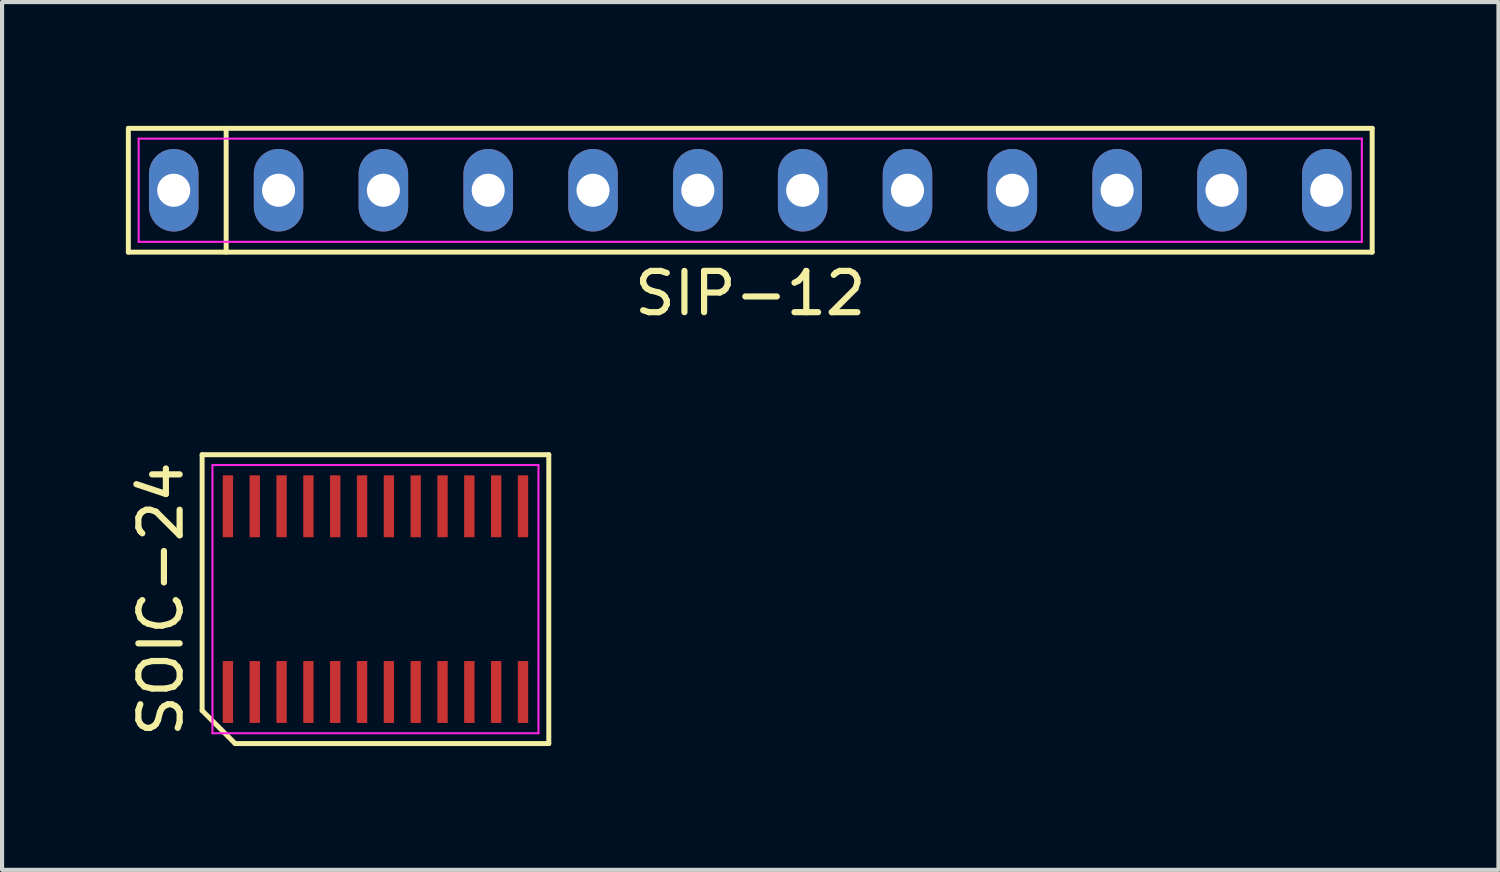
<source format=kicad_pcb>
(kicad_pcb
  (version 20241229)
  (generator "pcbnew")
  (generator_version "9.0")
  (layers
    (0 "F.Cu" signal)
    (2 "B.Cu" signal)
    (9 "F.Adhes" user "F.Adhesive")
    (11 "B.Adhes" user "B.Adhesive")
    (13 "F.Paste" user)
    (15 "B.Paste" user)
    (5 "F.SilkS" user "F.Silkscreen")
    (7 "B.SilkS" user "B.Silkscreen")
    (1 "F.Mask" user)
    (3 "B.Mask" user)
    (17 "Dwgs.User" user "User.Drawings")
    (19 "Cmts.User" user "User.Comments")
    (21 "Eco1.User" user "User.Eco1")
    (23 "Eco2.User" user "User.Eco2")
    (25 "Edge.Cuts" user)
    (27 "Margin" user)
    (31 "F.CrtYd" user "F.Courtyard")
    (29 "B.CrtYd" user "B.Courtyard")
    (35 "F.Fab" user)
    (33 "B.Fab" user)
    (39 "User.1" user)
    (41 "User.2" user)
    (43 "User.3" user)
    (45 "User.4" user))
  (footprint "SOIC-24"
    (layer "F.Cu")
    (at 6.048 11.468)
    (property "Reference" "SOIC-24" (at -5.2 0 90) (layer "F.SilkS") (effects (font (size 1 1) (thickness 0.15))))
    (attr smd)
    (fp_line (start -4.2 -3.5) (end 4.2 -3.5) (stroke (width 0.12) (type solid)) (layer "F.SilkS"))
    (fp_line (start -4.2 2.7) (end -4.2 -3.5) (stroke (width 0.12) (type solid)) (layer "F.SilkS"))
    (fp_line (start -3.4 3.5) (end -4.2 2.7) (stroke (width 0.12) (type solid)) (layer "F.SilkS"))
    (fp_line (start 4.2 -3.5) (end 4.2 3.5) (stroke (width 0.12) (type solid)) (layer "F.SilkS"))
    (fp_line (start 4.2 3.5) (end -3.4 3.5) (stroke (width 0.12) (type solid)) (layer "F.SilkS"))
    (fp_line (start -3.95 -3.25) (end 3.95 -3.25) (stroke (width 0.05) (type solid)) (layer "F.CrtYd"))
    (fp_line (start -3.95 3.25) (end -3.95 -3.25) (stroke (width 0.05) (type solid)) (layer "F.CrtYd"))
    (fp_line (start 3.95 -3.25) (end 3.95 3.25) (stroke (width 0.05) (type solid)) (layer "F.CrtYd"))
    (fp_line (start 3.95 3.25) (end -3.95 3.25) (stroke (width 0.05) (type solid)) (layer "F.CrtYd"))
    (pad "1" smd rect (at -3.575 2.25) (size 0.25 1.5) (layers "F.Cu" "F.Mask" "F.Paste"))
    (pad "2" smd rect (at -2.925 2.25) (size 0.25 1.5) (layers "F.Cu" "F.Mask" "F.Paste"))
    (pad "3" smd rect (at -2.275 2.25) (size 0.25 1.5) (layers "F.Cu" "F.Mask" "F.Paste"))
    (pad "4" smd rect (at -1.625 2.25) (size 0.25 1.5) (layers "F.Cu" "F.Mask" "F.Paste"))
    (pad "5" smd rect (at -0.975 2.25) (size 0.25 1.5) (layers "F.Cu" "F.Mask" "F.Paste"))
    (pad "6" smd rect (at -0.325 2.25) (size 0.25 1.5) (layers "F.Cu" "F.Mask" "F.Paste"))
    (pad "7" smd rect (at 0.325 2.25) (size 0.25 1.5) (layers "F.Cu" "F.Mask" "F.Paste"))
    (pad "8" smd rect (at 0.975 2.25) (size 0.25 1.5) (layers "F.Cu" "F.Mask" "F.Paste"))
    (pad "9" smd rect (at 1.625 2.25) (size 0.25 1.5) (layers "F.Cu" "F.Mask" "F.Paste"))
    (pad "10" smd rect (at 2.275 2.25) (size 0.25 1.5) (layers "F.Cu" "F.Mask" "F.Paste"))
    (pad "11" smd rect (at 2.925 2.25) (size 0.25 1.5) (layers "F.Cu" "F.Mask" "F.Paste"))
    (pad "12" smd rect (at 3.575 2.25) (size 0.25 1.5) (layers "F.Cu" "F.Mask" "F.Paste"))
    (pad "13" smd rect (at 3.575 -2.25) (size 0.25 1.5) (layers "F.Cu" "F.Mask" "F.Paste"))
    (pad "14" smd rect (at 2.925 -2.25) (size 0.25 1.5) (layers "F.Cu" "F.Mask" "F.Paste"))
    (pad "15" smd rect (at 2.275 -2.25) (size 0.25 1.5) (layers "F.Cu" "F.Mask" "F.Paste"))
    (pad "16" smd rect (at 1.625 -2.25) (size 0.25 1.5) (layers "F.Cu" "F.Mask" "F.Paste"))
    (pad "17" smd rect (at 0.975 -2.25) (size 0.25 1.5) (layers "F.Cu" "F.Mask" "F.Paste"))
    (pad "18" smd rect (at 0.325 -2.25) (size 0.25 1.5) (layers "F.Cu" "F.Mask" "F.Paste"))
    (pad "19" smd rect (at -0.325 -2.25) (size 0.25 1.5) (layers "F.Cu" "F.Mask" "F.Paste"))
    (pad "20" smd rect (at -0.975 -2.25) (size 0.25 1.5) (layers "F.Cu" "F.Mask" "F.Paste"))
    (pad "21" smd rect (at -1.625 -2.25) (size 0.25 1.5) (layers "F.Cu" "F.Mask" "F.Paste"))
    (pad "22" smd rect (at -2.275 -2.25) (size 0.25 1.5) (layers "F.Cu" "F.Mask" "F.Paste"))
    (pad "23" smd rect (at -2.925 -2.25) (size 0.25 1.5) (layers "F.Cu" "F.Mask" "F.Paste"))
    (pad "24" smd rect (at -3.575 -2.25) (size 0.25 1.5) (layers "F.Cu" "F.Mask" "F.Paste")))
  (footprint "SIP-12"
    (layer "F.Cu")
    (at 15.13 1.56)
    (property "Reference" "SIP-12" (at 0 2.5 0) (layer "F.SilkS") (effects (font (size 1 1) (thickness 0.15))))
    (attr through_hole)
    (fp_line (start -15.07 -1.5) (end 15.07 -1.5) (stroke (width 0.12) (type solid)) (layer "F.SilkS"))
    (fp_line (start -15.07 1.5) (end -15.07 -1.5) (stroke (width 0.12) (type solid)) (layer "F.SilkS"))
    (fp_line (start -12.7 -1.5) (end -12.7 1.5) (stroke (width 0.12) (type solid)) (layer "F.SilkS"))
    (fp_line (start 15.07 -1.5) (end 15.07 1.5) (stroke (width 0.12) (type solid)) (layer "F.SilkS"))
    (fp_line (start 15.07 1.5) (end -15.07 1.5) (stroke (width 0.12) (type solid)) (layer "F.SilkS"))
    (fp_line (start -14.82 -1.25) (end 14.82 -1.25) (stroke (width 0.05) (type solid)) (layer "F.CrtYd"))
    (fp_line (start -14.82 1.25) (end -14.82 -1.25) (stroke (width 0.05) (type solid)) (layer "F.CrtYd"))
    (fp_line (start 14.82 -1.25) (end 14.82 1.25) (stroke (width 0.05) (type solid)) (layer "F.CrtYd"))
    (fp_line (start 14.82 1.25) (end -14.82 1.25) (stroke (width 0.05) (type solid)) (layer "F.CrtYd"))
    (pad "1" thru_hole oval (at -13.97 0) (size 1.2 2) (drill 0.8) (layers "*.Cu" "*.Mask"))
    (pad "2" thru_hole oval (at -11.43 0) (size 1.2 2) (drill 0.8) (layers "*.Cu" "*.Mask"))
    (pad "3" thru_hole oval (at -8.89 0) (size 1.2 2) (drill 0.8) (layers "*.Cu" "*.Mask"))
    (pad "4" thru_hole oval (at -6.35 0) (size 1.2 2) (drill 0.8) (layers "*.Cu" "*.Mask"))
    (pad "5" thru_hole oval (at -3.81 0) (size 1.2 2) (drill 0.8) (layers "*.Cu" "*.Mask"))
    (pad "6" thru_hole oval (at -1.27 0) (size 1.2 2) (drill 0.8) (layers "*.Cu" "*.Mask"))
    (pad "7" thru_hole oval (at 1.27 0) (size 1.2 2) (drill 0.8) (layers "*.Cu" "*.Mask"))
    (pad "8" thru_hole oval (at 3.81 0) (size 1.2 2) (drill 0.8) (layers "*.Cu" "*.Mask"))
    (pad "9" thru_hole oval (at 6.35 0) (size 1.2 2) (drill 0.8) (layers "*.Cu" "*.Mask"))
    (pad "10" thru_hole oval (at 8.89 0) (size 1.2 2) (drill 0.8) (layers "*.Cu" "*.Mask"))
    (pad "11" thru_hole oval (at 11.43 0) (size 1.2 2) (drill 0.8) (layers "*.Cu" "*.Mask"))
    (pad "12" thru_hole oval (at 13.97 0) (size 1.2 2) (drill 0.8) (layers "*.Cu" "*.Mask")))
  (gr_rect
    (start -3 -3)
    (end 33.26 18.028)
    (stroke (width 0.1) (type default))
    (fill no)
    (layer "Edge.Cuts")))
</source>
